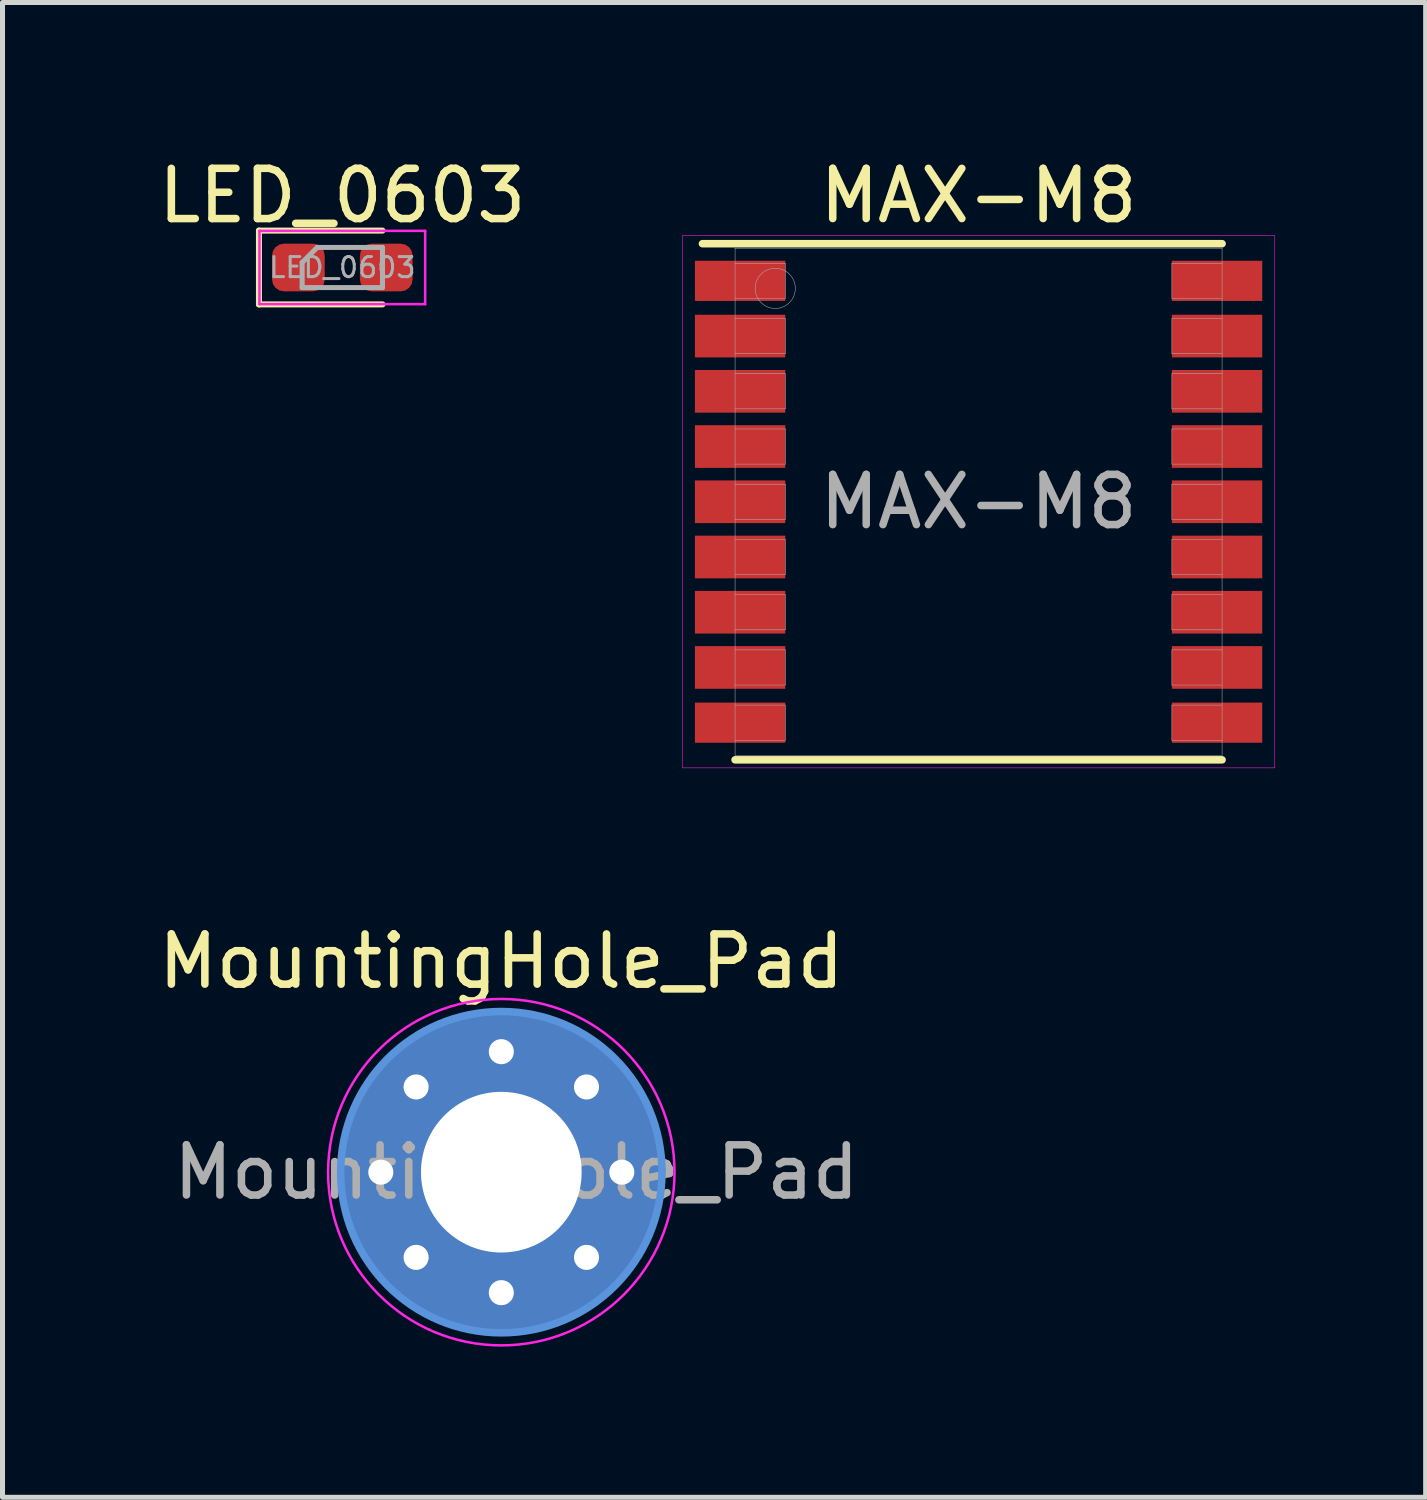
<source format=kicad_pcb>
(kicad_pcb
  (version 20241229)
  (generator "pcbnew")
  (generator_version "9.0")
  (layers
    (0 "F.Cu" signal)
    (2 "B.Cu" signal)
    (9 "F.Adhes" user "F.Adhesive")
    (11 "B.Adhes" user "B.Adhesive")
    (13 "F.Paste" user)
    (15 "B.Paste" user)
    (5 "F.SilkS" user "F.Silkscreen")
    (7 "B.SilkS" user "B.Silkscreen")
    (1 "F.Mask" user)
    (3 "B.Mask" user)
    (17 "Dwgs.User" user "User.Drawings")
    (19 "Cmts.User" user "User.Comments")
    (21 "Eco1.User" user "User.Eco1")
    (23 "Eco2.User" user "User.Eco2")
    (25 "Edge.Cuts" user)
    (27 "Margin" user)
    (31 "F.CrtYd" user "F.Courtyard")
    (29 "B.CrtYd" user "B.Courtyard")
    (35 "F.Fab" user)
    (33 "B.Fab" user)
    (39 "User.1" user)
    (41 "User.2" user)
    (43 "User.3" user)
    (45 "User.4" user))
  (footprint "LED_0603"
    (layer "F.Cu")
    (at 3.768 2.278)
    (property "Reference" "LED_0603" (at 0 -1.43 0) (layer "F.SilkS") (effects (font (size 1 1) (thickness 0.15))))
    (attr smd)
    (fp_line (start -1.66 -0.735) (end -1.66 0.735) (stroke (width 0.12) (type solid)) (layer "F.SilkS"))
    (fp_line (start -1.66 0.735) (end 0.8 0.735) (stroke (width 0.12) (type solid)) (layer "F.SilkS"))
    (fp_line (start 0.8 -0.735) (end -1.66 -0.735) (stroke (width 0.12) (type solid)) (layer "F.SilkS"))
    (fp_line (start -1.65 -0.73) (end 1.65 -0.73) (stroke (width 0.05) (type solid)) (layer "F.CrtYd"))
    (fp_line (start -1.65 0.73) (end -1.65 -0.73) (stroke (width 0.05) (type solid)) (layer "F.CrtYd"))
    (fp_line (start 1.65 -0.73) (end 1.65 0.73) (stroke (width 0.05) (type solid)) (layer "F.CrtYd"))
    (fp_line (start 1.65 0.73) (end -1.65 0.73) (stroke (width 0.05) (type solid)) (layer "F.CrtYd"))
    (fp_line (start -0.8 -0.1) (end -0.8 0.4) (stroke (width 0.1) (type solid)) (layer "F.Fab"))
    (fp_line (start -0.8 0.4) (end 0.8 0.4) (stroke (width 0.1) (type solid)) (layer "F.Fab"))
    (fp_line (start -0.5 -0.4) (end -0.8 -0.1) (stroke (width 0.1) (type solid)) (layer "F.Fab"))
    (fp_line (start 0.8 -0.4) (end -0.5 -0.4) (stroke (width 0.1) (type solid)) (layer "F.Fab"))
    (fp_line (start 0.8 0.4) (end 0.8 -0.4) (stroke (width 0.1) (type solid)) (layer "F.Fab"))
    (fp_text user "${REFERENCE}" (at 0 0 0) (layer "F.Fab") (effects (font (size 0.4 0.4) (thickness 0.06))))
    (pad "1" smd roundrect (at -0.875 0) (size 1.05 0.95) (layers "F.Cu" "F.Mask" "F.Paste") (roundrect_rratio 0.25))
    (pad "2" smd roundrect (at 0.875 0) (size 1.05 0.95) (layers "F.Cu" "F.Mask" "F.Paste") (roundrect_rratio 0.25)))
  (footprint "MAX-M8"
    (layer "F.Cu")
    (at 16.441 6.944)
    (property "Reference" "MAX-M8" (at 0 -6.096 0) (layer "F.SilkS") (effects (font (size 1 1) (thickness 0.15))))
    (attr through_hole)
    (fp_line (start -5.5 -5.14) (end 4.85 -5.14) (stroke (width 0.15) (type solid)) (layer "F.SilkS"))
    (fp_line (start 4.85 5.14) (end -4.85 5.14) (stroke (width 0.15) (type solid)) (layer "F.SilkS"))
    (fp_line (start -5.9 -5.3) (end 5.9 -5.3) (stroke (width 0.01) (type solid)) (layer "F.CrtYd"))
    (fp_line (start -5.9 5.3) (end -5.9 -5.3) (stroke (width 0.01) (type solid)) (layer "F.CrtYd"))
    (fp_line (start 5.9 -5.3) (end 5.9 5.3) (stroke (width 0.01) (type solid)) (layer "F.CrtYd"))
    (fp_line (start 5.9 5.3) (end -5.9 5.3) (stroke (width 0.01) (type solid)) (layer "F.CrtYd"))
    (fp_line (start -4.85 -5.05) (end 4.85 -5.05) (stroke (width 0.01) (type solid)) (layer "F.Fab"))
    (fp_line (start -4.85 -4.05) (end -3.85 -4.05) (stroke (width 0.01) (type solid)) (layer "F.Fab"))
    (fp_line (start -4.85 -2.95) (end -3.85 -2.95) (stroke (width 0.01) (type solid)) (layer "F.Fab"))
    (fp_line (start -4.85 -1.85) (end -3.85 -1.85) (stroke (width 0.01) (type solid)) (layer "F.Fab"))
    (fp_line (start -4.85 -0.75) (end -3.85 -0.75) (stroke (width 0.01) (type solid)) (layer "F.Fab"))
    (fp_line (start -4.85 0.35) (end -3.85 0.35) (stroke (width 0.01) (type solid)) (layer "F.Fab"))
    (fp_line (start -4.85 1.45) (end -3.85 1.45) (stroke (width 0.01) (type solid)) (layer "F.Fab"))
    (fp_line (start -4.85 2.55) (end -3.85 2.55) (stroke (width 0.01) (type solid)) (layer "F.Fab"))
    (fp_line (start -4.85 3.65) (end -3.85 3.65) (stroke (width 0.01) (type solid)) (layer "F.Fab"))
    (fp_line (start -4.85 4.75) (end -3.85 4.75) (stroke (width 0.01) (type solid)) (layer "F.Fab"))
    (fp_line (start -4.85 5.05) (end -4.85 -5.05) (stroke (width 0.01) (type solid)) (layer "F.Fab"))
    (fp_line (start -3.85 -4.75) (end -4.85 -4.75) (stroke (width 0.01) (type solid)) (layer "F.Fab"))
    (fp_line (start -3.85 -4.05) (end -3.85 -4.75) (stroke (width 0.01) (type solid)) (layer "F.Fab"))
    (fp_line (start -3.85 -3.65) (end -4.85 -3.65) (stroke (width 0.01) (type solid)) (layer "F.Fab"))
    (fp_line (start -3.85 -2.95) (end -3.85 -3.65) (stroke (width 0.01) (type solid)) (layer "F.Fab"))
    (fp_line (start -3.85 -2.55) (end -4.85 -2.55) (stroke (width 0.01) (type solid)) (layer "F.Fab"))
    (fp_line (start -3.85 -1.85) (end -3.85 -2.55) (stroke (width 0.01) (type solid)) (layer "F.Fab"))
    (fp_line (start -3.85 -1.45) (end -4.85 -1.45) (stroke (width 0.01) (type solid)) (layer "F.Fab"))
    (fp_line (start -3.85 -0.75) (end -3.85 -1.45) (stroke (width 0.01) (type solid)) (layer "F.Fab"))
    (fp_line (start -3.85 -0.35) (end -4.85 -0.35) (stroke (width 0.01) (type solid)) (layer "F.Fab"))
    (fp_line (start -3.85 0.35) (end -3.85 -0.35) (stroke (width 0.01) (type solid)) (layer "F.Fab"))
    (fp_line (start -3.85 0.75) (end -4.85 0.75) (stroke (width 0.01) (type solid)) (layer "F.Fab"))
    (fp_line (start -3.85 1.45) (end -3.85 0.75) (stroke (width 0.01) (type solid)) (layer "F.Fab"))
    (fp_line (start -3.85 1.85) (end -4.85 1.85) (stroke (width 0.01) (type solid)) (layer "F.Fab"))
    (fp_line (start -3.85 2.55) (end -3.85 1.85) (stroke (width 0.01) (type solid)) (layer "F.Fab"))
    (fp_line (start -3.85 2.95) (end -4.85 2.95) (stroke (width 0.01) (type solid)) (layer "F.Fab"))
    (fp_line (start -3.85 3.65) (end -3.85 2.95) (stroke (width 0.01) (type solid)) (layer "F.Fab"))
    (fp_line (start -3.85 4.05) (end -4.85 4.05) (stroke (width 0.01) (type solid)) (layer "F.Fab"))
    (fp_line (start -3.85 4.75) (end -3.85 4.05) (stroke (width 0.01) (type solid)) (layer "F.Fab"))
    (fp_line (start 3.85 -4.75) (end 3.85 -4.05) (stroke (width 0.01) (type solid)) (layer "F.Fab"))
    (fp_line (start 3.85 -4.05) (end 4.85 -4.05) (stroke (width 0.01) (type solid)) (layer "F.Fab"))
    (fp_line (start 3.85 -3.65) (end 3.85 -2.95) (stroke (width 0.01) (type solid)) (layer "F.Fab"))
    (fp_line (start 3.85 -2.95) (end 4.85 -2.95) (stroke (width 0.01) (type solid)) (layer "F.Fab"))
    (fp_line (start 3.85 -2.55) (end 3.85 -1.85) (stroke (width 0.01) (type solid)) (layer "F.Fab"))
    (fp_line (start 3.85 -1.85) (end 4.85 -1.85) (stroke (width 0.01) (type solid)) (layer "F.Fab"))
    (fp_line (start 3.85 -1.45) (end 3.85 -0.75) (stroke (width 0.01) (type solid)) (layer "F.Fab"))
    (fp_line (start 3.85 -0.75) (end 4.85 -0.75) (stroke (width 0.01) (type solid)) (layer "F.Fab"))
    (fp_line (start 3.85 -0.35) (end 3.85 0.35) (stroke (width 0.01) (type solid)) (layer "F.Fab"))
    (fp_line (start 3.85 0.35) (end 4.85 0.35) (stroke (width 0.01) (type solid)) (layer "F.Fab"))
    (fp_line (start 3.85 0.75) (end 3.85 1.45) (stroke (width 0.01) (type solid)) (layer "F.Fab"))
    (fp_line (start 3.85 1.45) (end 4.85 1.45) (stroke (width 0.01) (type solid)) (layer "F.Fab"))
    (fp_line (start 3.85 1.85) (end 3.85 2.55) (stroke (width 0.01) (type solid)) (layer "F.Fab"))
    (fp_line (start 3.85 2.55) (end 4.85 2.55) (stroke (width 0.01) (type solid)) (layer "F.Fab"))
    (fp_line (start 3.85 2.95) (end 3.85 3.65) (stroke (width 0.01) (type solid)) (layer "F.Fab"))
    (fp_line (start 3.85 3.65) (end 4.85 3.65) (stroke (width 0.01) (type solid)) (layer "F.Fab"))
    (fp_line (start 3.85 4.05) (end 3.85 4.75) (stroke (width 0.01) (type solid)) (layer "F.Fab"))
    (fp_line (start 3.85 4.75) (end 4.85 4.75) (stroke (width 0.01) (type solid)) (layer "F.Fab"))
    (fp_line (start 4.85 -5.05) (end 4.85 5.05) (stroke (width 0.01) (type solid)) (layer "F.Fab"))
    (fp_line (start 4.85 -4.75) (end 3.85 -4.75) (stroke (width 0.01) (type solid)) (layer "F.Fab"))
    (fp_line (start 4.85 -3.65) (end 3.85 -3.65) (stroke (width 0.01) (type solid)) (layer "F.Fab"))
    (fp_line (start 4.85 -2.55) (end 3.85 -2.55) (stroke (width 0.01) (type solid)) (layer "F.Fab"))
    (fp_line (start 4.85 -1.45) (end 3.85 -1.45) (stroke (width 0.01) (type solid)) (layer "F.Fab"))
    (fp_line (start 4.85 -0.35) (end 3.85 -0.35) (stroke (width 0.01) (type solid)) (layer "F.Fab"))
    (fp_line (start 4.85 0.75) (end 3.85 0.75) (stroke (width 0.01) (type solid)) (layer "F.Fab"))
    (fp_line (start 4.85 1.85) (end 3.85 1.85) (stroke (width 0.01) (type solid)) (layer "F.Fab"))
    (fp_line (start 4.85 2.95) (end 3.85 2.95) (stroke (width 0.01) (type solid)) (layer "F.Fab"))
    (fp_line (start 4.85 4.05) (end 3.85 4.05) (stroke (width 0.01) (type solid)) (layer "F.Fab"))
    (fp_line (start 4.85 5.05) (end -4.85 5.05) (stroke (width 0.01) (type solid)) (layer "F.Fab"))
    (fp_circle (center -4.05 -4.25) (end -4.05 -3.85) (stroke (width 0.01) (type solid)) (fill no) (layer "F.Fab"))
    (fp_text user "${REFERENCE}" (at 0 0 0) (layer "F.Fab") (effects (font (size 1 1) (thickness 0.15))))
    (pad "1" smd rect (at -4.75 -4.4) (size 1.8 0.8) (layers "F.Cu" "F.Mask" "F.Paste"))
    (pad "2" smd rect (at -4.75 -3.3) (size 1.8 0.85) (layers "F.Cu" "F.Mask" "F.Paste"))
    (pad "3" smd rect (at -4.75 -2.2) (size 1.8 0.85) (layers "F.Cu" "F.Mask" "F.Paste"))
    (pad "4" smd rect (at -4.75 -1.1) (size 1.8 0.85) (layers "F.Cu" "F.Mask" "F.Paste"))
    (pad "5" smd rect (at -4.75 0) (size 1.8 0.85) (layers "F.Cu" "F.Mask" "F.Paste"))
    (pad "6" smd rect (at -4.75 1.1) (size 1.8 0.85) (layers "F.Cu" "F.Mask" "F.Paste"))
    (pad "7" smd rect (at -4.75 2.2) (size 1.8 0.85) (layers "F.Cu" "F.Mask" "F.Paste"))
    (pad "8" smd rect (at -4.75 3.3) (size 1.8 0.85) (layers "F.Cu" "F.Mask" "F.Paste"))
    (pad "9" smd rect (at -4.75 4.4) (size 1.8 0.8) (layers "F.Cu" "F.Mask" "F.Paste"))
    (pad "10" smd rect (at 4.75 4.4) (size 1.8 0.8) (layers "F.Cu" "F.Mask" "F.Paste"))
    (pad "11" smd rect (at 4.75 3.3) (size 1.8 0.85) (layers "F.Cu" "F.Mask" "F.Paste"))
    (pad "12" smd rect (at 4.75 2.2) (size 1.8 0.85) (layers "F.Cu" "F.Mask" "F.Paste"))
    (pad "13" smd rect (at 4.75 1.1) (size 1.8 0.85) (layers "F.Cu" "F.Mask" "F.Paste"))
    (pad "14" smd rect (at 4.75 0) (size 1.8 0.85) (layers "F.Cu" "F.Mask" "F.Paste"))
    (pad "15" smd rect (at 4.75 -1.1) (size 1.8 0.85) (layers "F.Cu" "F.Mask" "F.Paste"))
    (pad "16" smd rect (at 4.75 -2.2) (size 1.8 0.85) (layers "F.Cu" "F.Mask" "F.Paste"))
    (pad "17" smd rect (at 4.75 -3.3) (size 1.8 0.85) (layers "F.Cu" "F.Mask" "F.Paste"))
    (pad "18" smd rect (at 4.75 -4.4) (size 1.8 0.8) (layers "F.Cu" "F.Mask" "F.Paste")))
  (footprint "MountingHole_Pad"
    (layer "F.Cu")
    (at 6.935 20.297)
    (property "Reference" "MountingHole_Pad" (at 0 -4.2 0) (layer "F.SilkS") (effects (font (size 1 1) (thickness 0.15))))
    (attr exclude_from_pos_files exclude_from_bom)
    (fp_circle (center 0 0) (end 3.2 0) (stroke (width 0.15) (type solid)) (fill no) (layer "Cmts.User"))
    (fp_circle (center 0 0) (end 3.45 0) (stroke (width 0.05) (type solid)) (fill no) (layer "F.CrtYd"))
    (fp_text user "${REFERENCE}" (at 0.3 0 0) (layer "F.Fab") (effects (font (size 1 1) (thickness 0.15))))
    (pad "1" thru_hole circle (at -2.4 0) (size 0.8 0.8) (drill 0.5) (layers "*.Cu" "*.Mask"))
    (pad "1" thru_hole circle (at -1.697 -1.697) (size 0.8 0.8) (drill 0.5) (layers "*.Cu" "*.Mask"))
    (pad "1" thru_hole circle (at -1.697 1.697) (size 0.8 0.8) (drill 0.5) (layers "*.Cu" "*.Mask"))
    (pad "1" thru_hole circle (at 0 -2.4) (size 0.8 0.8) (drill 0.5) (layers "*.Cu" "*.Mask"))
    (pad "1" thru_hole circle (at 0 0) (size 6.4 6.4) (drill 3.2) (layers "*.Cu" "*.Mask"))
    (pad "1" thru_hole circle (at 0 2.4) (size 0.8 0.8) (drill 0.5) (layers "*.Cu" "*.Mask"))
    (pad "1" thru_hole circle (at 1.697 -1.697) (size 0.8 0.8) (drill 0.5) (layers "*.Cu" "*.Mask"))
    (pad "1" thru_hole circle (at 1.697 1.697) (size 0.8 0.8) (drill 0.5) (layers "*.Cu" "*.Mask"))
    (pad "1" thru_hole circle (at 2.4 0) (size 0.8 0.8) (drill 0.5) (layers "*.Cu" "*.Mask")))
  (gr_rect
    (start -3 -3)
    (end 25.346 26.773)
    (stroke (width 0.1) (type default))
    (fill no)
    (layer "Edge.Cuts")))
</source>
